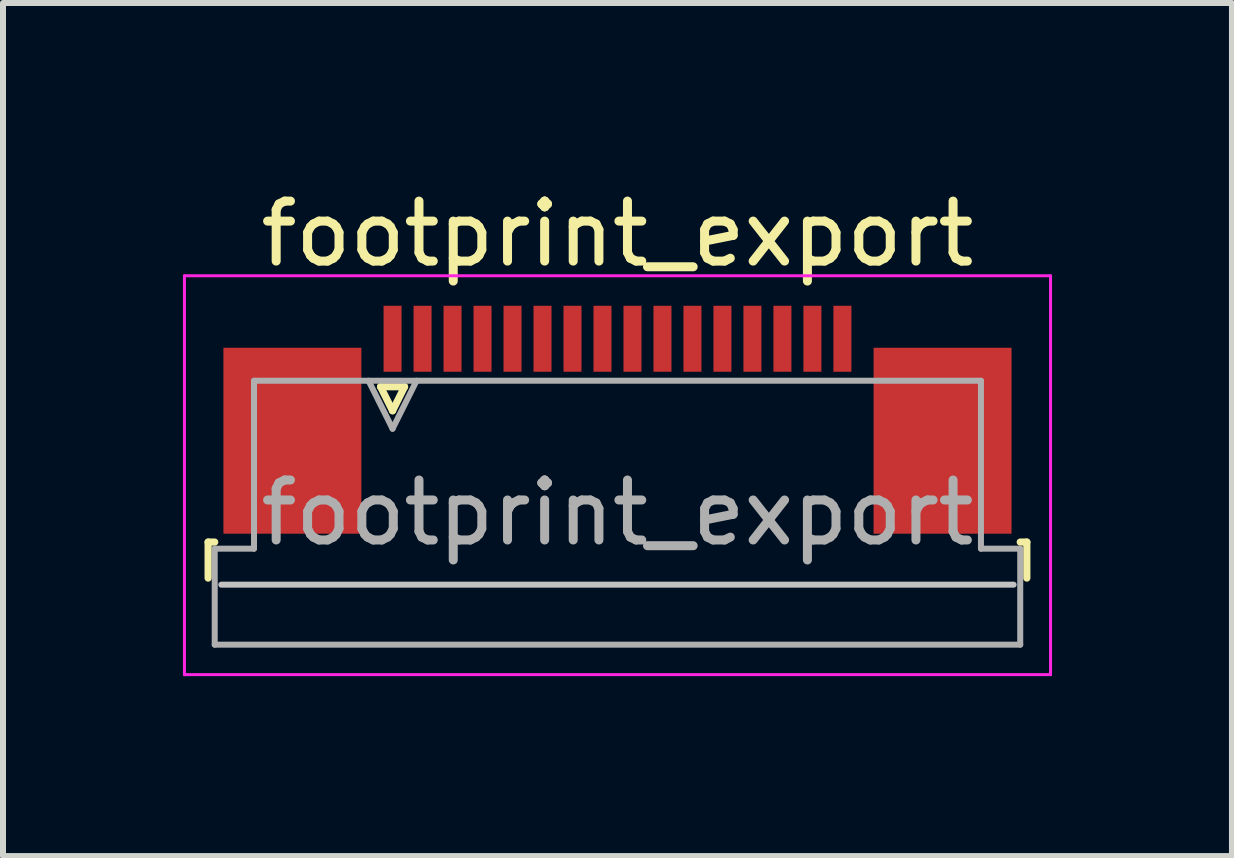
<source format=kicad_pcb>
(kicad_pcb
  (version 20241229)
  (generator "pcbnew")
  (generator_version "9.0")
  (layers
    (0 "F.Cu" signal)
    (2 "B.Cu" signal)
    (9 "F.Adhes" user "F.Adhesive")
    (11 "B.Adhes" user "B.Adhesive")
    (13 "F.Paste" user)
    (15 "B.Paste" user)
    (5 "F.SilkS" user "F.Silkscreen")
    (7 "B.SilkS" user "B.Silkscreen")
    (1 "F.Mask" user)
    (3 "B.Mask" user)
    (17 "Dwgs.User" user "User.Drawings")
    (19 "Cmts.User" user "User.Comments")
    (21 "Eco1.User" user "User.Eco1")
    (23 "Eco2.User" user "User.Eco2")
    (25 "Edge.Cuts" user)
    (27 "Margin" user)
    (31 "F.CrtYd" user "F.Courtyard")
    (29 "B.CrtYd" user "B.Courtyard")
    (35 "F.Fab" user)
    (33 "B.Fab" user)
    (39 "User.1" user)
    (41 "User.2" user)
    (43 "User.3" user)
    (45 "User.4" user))
  (footprint "footprint_export"
    (layer "F.Cu")
    (at 7.245 3.948)
    (property "Reference" "footprint_export" (at 0 -3.1 0) (layer "F.SilkS") (effects (font (size 1 1) (thickness 0.15))))
    (attr smd)
    (fp_line (start -6.825 2.04) (end -6.825 2.64) (stroke (width 0.12) (type solid)) (layer "F.SilkS"))
    (fp_line (start -6.715 2.04) (end -6.825 2.04) (stroke (width 0.12) (type solid)) (layer "F.SilkS"))
    (fp_line (start -3.95 -0.55) (end -3.75 -0.15) (stroke (width 0.12) (type solid)) (layer "F.SilkS"))
    (fp_line (start -3.75 -0.15) (end -3.55 -0.55) (stroke (width 0.12) (type solid)) (layer "F.SilkS"))
    (fp_line (start -3.55 -0.55) (end -3.95 -0.55) (stroke (width 0.12) (type solid)) (layer "F.SilkS"))
    (fp_line (start 6.715 2.04) (end 6.825 2.04) (stroke (width 0.12) (type solid)) (layer "F.SilkS"))
    (fp_line (start 6.825 2.04) (end 6.825 2.64) (stroke (width 0.12) (type solid)) (layer "F.SilkS"))
    (fp_line (start 6.605 2.75) (end -6.605 2.75) (stroke (width 0.1) (type solid)) (layer "Dwgs.User"))
    (fp_line (start -7.22 -2.4) (end -7.22 4.25) (stroke (width 0.05) (type solid)) (layer "F.CrtYd"))
    (fp_line (start -7.22 4.25) (end 7.22 4.25) (stroke (width 0.05) (type solid)) (layer "F.CrtYd"))
    (fp_line (start 7.22 -2.4) (end -7.22 -2.4) (stroke (width 0.05) (type solid)) (layer "F.CrtYd"))
    (fp_line (start 7.22 4.25) (end 7.22 -2.4) (stroke (width 0.05) (type solid)) (layer "F.CrtYd"))
    (fp_line (start -6.715 2.15) (end -6.06 2.15) (stroke (width 0.1) (type solid)) (layer "F.Fab"))
    (fp_line (start -6.715 3.75) (end -6.715 2.15) (stroke (width 0.1) (type solid)) (layer "F.Fab"))
    (fp_line (start -6.06 -0.65) (end 6.06 -0.65) (stroke (width 0.1) (type solid)) (layer "F.Fab"))
    (fp_line (start -6.06 2.15) (end -6.06 -0.65) (stroke (width 0.1) (type solid)) (layer "F.Fab"))
    (fp_line (start -4.15 -0.65) (end -3.75 0.15) (stroke (width 0.1) (type solid)) (layer "F.Fab"))
    (fp_line (start -3.75 0.15) (end -3.35 -0.65) (stroke (width 0.1) (type solid)) (layer "F.Fab"))
    (fp_line (start 6.06 -0.65) (end 6.06 2.15) (stroke (width 0.1) (type solid)) (layer "F.Fab"))
    (fp_line (start 6.06 2.15) (end 6.715 2.15) (stroke (width 0.1) (type solid)) (layer "F.Fab"))
    (fp_line (start 6.715 2.15) (end 6.715 3.75) (stroke (width 0.1) (type solid)) (layer "F.Fab"))
    (fp_line (start 6.715 3.75) (end -6.715 3.75) (stroke (width 0.1) (type solid)) (layer "F.Fab"))
    (fp_text user "${REFERENCE}" (at 0 1.55 0) (layer "F.Fab") (effects (font (size 1 1) (thickness 0.15))))
    (pad "1" smd rect (at -3.75 -1.35) (size 0.3 1.1) (layers "F.Cu" "F.Mask" "F.Paste"))
    (pad "2" smd rect (at -3.25 -1.35) (size 0.3 1.1) (layers "F.Cu" "F.Mask" "F.Paste"))
    (pad "3" smd rect (at -2.75 -1.35) (size 0.3 1.1) (layers "F.Cu" "F.Mask" "F.Paste"))
    (pad "4" smd rect (at -2.25 -1.35) (size 0.3 1.1) (layers "F.Cu" "F.Mask" "F.Paste"))
    (pad "5" smd rect (at -1.75 -1.35) (size 0.3 1.1) (layers "F.Cu" "F.Mask" "F.Paste"))
    (pad "6" smd rect (at -1.25 -1.35) (size 0.3 1.1) (layers "F.Cu" "F.Mask" "F.Paste"))
    (pad "7" smd rect (at -0.75 -1.35) (size 0.3 1.1) (layers "F.Cu" "F.Mask" "F.Paste"))
    (pad "8" smd rect (at -0.25 -1.35) (size 0.3 1.1) (layers "F.Cu" "F.Mask" "F.Paste"))
    (pad "9" smd rect (at 0.25 -1.35) (size 0.3 1.1) (layers "F.Cu" "F.Mask" "F.Paste"))
    (pad "10" smd rect (at 0.75 -1.35) (size 0.3 1.1) (layers "F.Cu" "F.Mask" "F.Paste"))
    (pad "11" smd rect (at 1.25 -1.35) (size 0.3 1.1) (layers "F.Cu" "F.Mask" "F.Paste"))
    (pad "12" smd rect (at 1.75 -1.35) (size 0.3 1.1) (layers "F.Cu" "F.Mask" "F.Paste"))
    (pad "13" smd rect (at 2.25 -1.35) (size 0.3 1.1) (layers "F.Cu" "F.Mask" "F.Paste"))
    (pad "14" smd rect (at 2.75 -1.35) (size 0.3 1.1) (layers "F.Cu" "F.Mask" "F.Paste"))
    (pad "15" smd rect (at 3.25 -1.35) (size 0.3 1.1) (layers "F.Cu" "F.Mask" "F.Paste"))
    (pad "16" smd rect (at 3.75 -1.35) (size 0.3 1.1) (layers "F.Cu" "F.Mask" "F.Paste"))
    (pad "MP" smd rect (at -5.42 0.35) (size 2.3 3.1) (layers "F.Cu" "F.Mask" "F.Paste"))
    (pad "MP" smd rect (at 5.42 0.35) (size 2.3 3.1) (layers "F.Cu" "F.Mask" "F.Paste")))
  (gr_rect
    (start -3 -3)
    (end 17.49 11.223)
    (stroke (width 0.1) (type default))
    (fill no)
    (layer "Edge.Cuts")))
</source>
